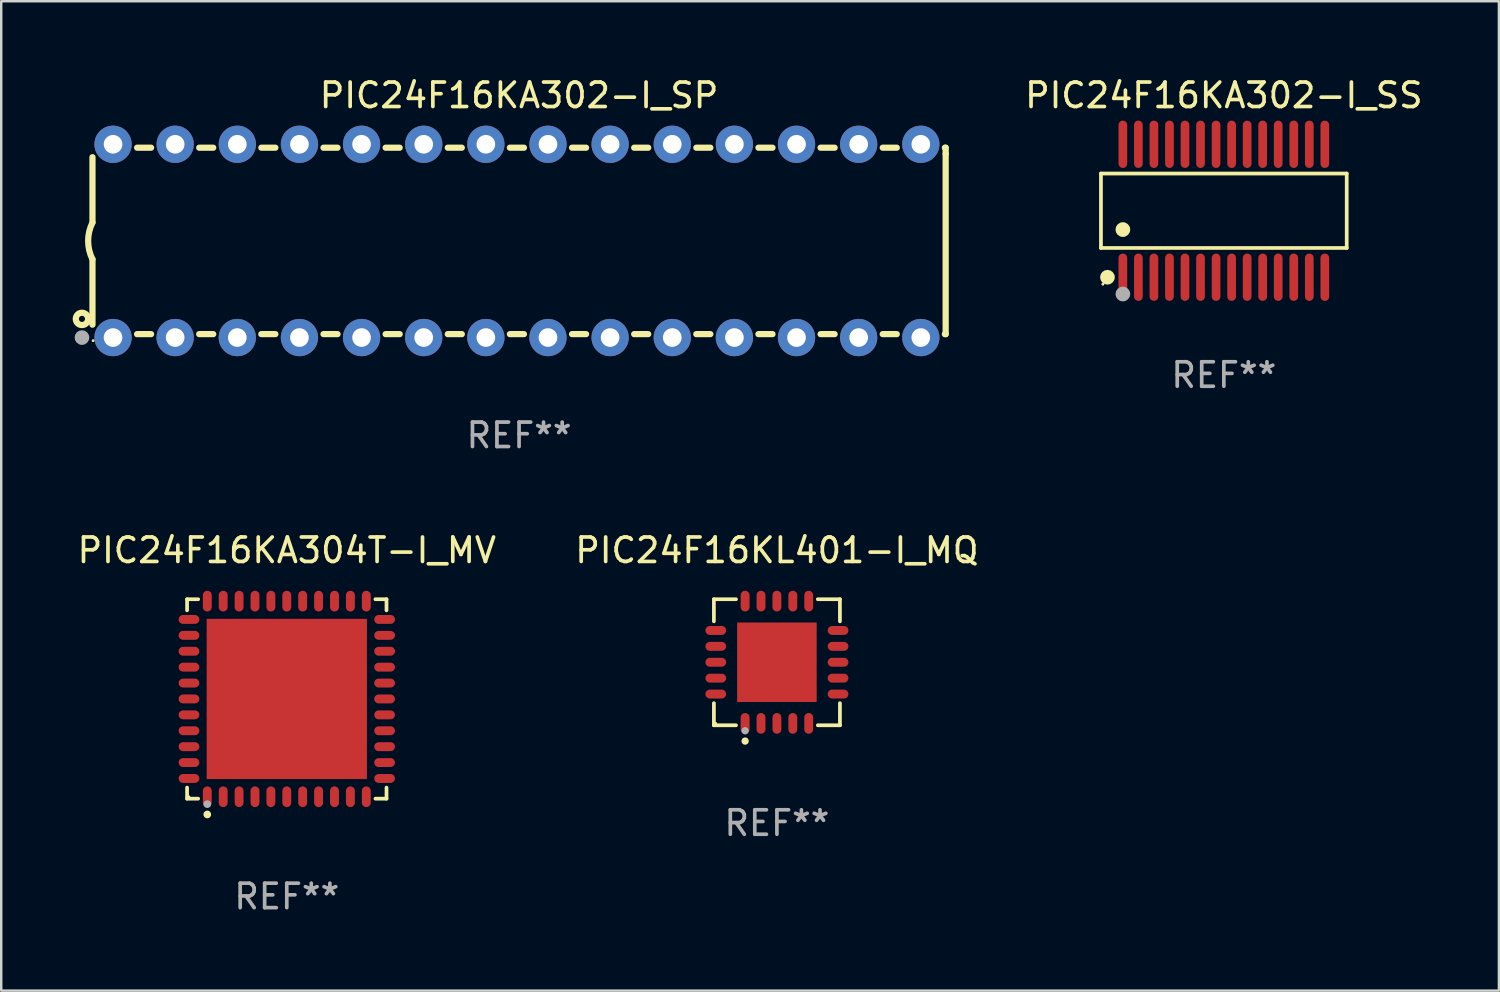
<source format=kicad_pcb>
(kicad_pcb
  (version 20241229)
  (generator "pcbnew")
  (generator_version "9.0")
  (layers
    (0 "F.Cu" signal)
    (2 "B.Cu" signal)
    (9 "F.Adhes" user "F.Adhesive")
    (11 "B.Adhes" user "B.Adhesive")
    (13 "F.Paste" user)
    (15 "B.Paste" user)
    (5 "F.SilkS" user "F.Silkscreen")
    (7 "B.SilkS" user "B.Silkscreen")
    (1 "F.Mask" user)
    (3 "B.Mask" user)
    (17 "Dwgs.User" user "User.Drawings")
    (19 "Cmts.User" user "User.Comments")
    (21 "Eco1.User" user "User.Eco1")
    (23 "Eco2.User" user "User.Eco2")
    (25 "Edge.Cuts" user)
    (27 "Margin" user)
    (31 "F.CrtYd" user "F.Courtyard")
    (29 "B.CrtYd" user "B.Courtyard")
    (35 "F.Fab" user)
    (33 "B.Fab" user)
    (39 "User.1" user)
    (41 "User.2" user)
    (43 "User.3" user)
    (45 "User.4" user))
  (footprint "PIC24F16KA302-I_SP"
    (layer "F.Cu")
    (at 18.168 6.798)
    (property "Reference" "PIC24F16KA302-I_SP" (at 0 -5.95 0) (layer "F.SilkS") (effects (font (size 1 1) (thickness 0.15))))
    (attr through_hole)
    (fp_line (start -17.438 0.75) (end -17.438 3.423) (stroke (width 0.254) (type solid)) (layer "F.SilkS"))
    (fp_line (start -17.438 -3.423) (end -17.438 -0.75) (stroke (width 0.254) (type solid)) (layer "F.SilkS"))
    (fp_line (start -15.615 3.81) (end -15.041 3.81) (stroke (width 0.254) (type solid)) (layer "F.SilkS"))
    (fp_line (start -15.041 -3.81) (end -15.614 -3.81) (stroke (width 0.254) (type solid)) (layer "F.SilkS"))
    (fp_line (start -13.075 3.81) (end -12.501 3.81) (stroke (width 0.254) (type solid)) (layer "F.SilkS"))
    (fp_line (start -12.501 -3.81) (end -13.074 -3.81) (stroke (width 0.254) (type solid)) (layer "F.SilkS"))
    (fp_line (start -10.535 3.81) (end -9.961 3.81) (stroke (width 0.254) (type solid)) (layer "F.SilkS"))
    (fp_line (start -9.961 -3.81) (end -10.534 -3.81) (stroke (width 0.254) (type solid)) (layer "F.SilkS"))
    (fp_line (start -7.995 3.81) (end -7.421 3.81) (stroke (width 0.254) (type solid)) (layer "F.SilkS"))
    (fp_line (start -7.421 -3.81) (end -7.995 -3.81) (stroke (width 0.254) (type solid)) (layer "F.SilkS"))
    (fp_line (start -5.455 3.81) (end -4.881 3.81) (stroke (width 0.254) (type solid)) (layer "F.SilkS"))
    (fp_line (start -4.881 -3.81) (end -5.455 -3.81) (stroke (width 0.254) (type solid)) (layer "F.SilkS"))
    (fp_line (start -2.915 3.81) (end -2.341 3.81) (stroke (width 0.254) (type solid)) (layer "F.SilkS"))
    (fp_line (start -2.341 -3.81) (end -2.915 -3.81) (stroke (width 0.254) (type solid)) (layer "F.SilkS"))
    (fp_line (start -0.375 3.81) (end 0.199 3.81) (stroke (width 0.254) (type solid)) (layer "F.SilkS"))
    (fp_line (start 0.199 -3.81) (end -0.375 -3.81) (stroke (width 0.254) (type solid)) (layer "F.SilkS"))
    (fp_line (start 2.165 3.81) (end 2.739 3.81) (stroke (width 0.254) (type solid)) (layer "F.SilkS"))
    (fp_line (start 2.739 -3.81) (end 2.165 -3.81) (stroke (width 0.254) (type solid)) (layer "F.SilkS"))
    (fp_line (start 4.705 3.81) (end 5.279 3.81) (stroke (width 0.254) (type solid)) (layer "F.SilkS"))
    (fp_line (start 5.279 -3.81) (end 4.705 -3.81) (stroke (width 0.254) (type solid)) (layer "F.SilkS"))
    (fp_line (start 7.245 3.81) (end 7.819 3.81) (stroke (width 0.254) (type solid)) (layer "F.SilkS"))
    (fp_line (start 7.819 -3.81) (end 7.245 -3.81) (stroke (width 0.254) (type solid)) (layer "F.SilkS"))
    (fp_line (start 9.785 3.81) (end 10.359 3.81) (stroke (width 0.254) (type solid)) (layer "F.SilkS"))
    (fp_line (start 10.359 -3.81) (end 9.785 -3.81) (stroke (width 0.254) (type solid)) (layer "F.SilkS"))
    (fp_line (start 12.325 3.81) (end 12.899 3.81) (stroke (width 0.254) (type solid)) (layer "F.SilkS"))
    (fp_line (start 12.899 -3.81) (end 12.325 -3.81) (stroke (width 0.254) (type solid)) (layer "F.SilkS"))
    (fp_line (start 14.865 3.81) (end 15.439 3.81) (stroke (width 0.254) (type solid)) (layer "F.SilkS"))
    (fp_line (start 15.439 -3.81) (end 14.865 -3.81) (stroke (width 0.254) (type solid)) (layer "F.SilkS"))
    (fp_line (start 17.405 3.81) (end 17.438 3.81) (stroke (width 0.254) (type solid)) (layer "F.SilkS"))
    (fp_line (start 17.438 -3.81) (end 17.405 -3.81) (stroke (width 0.254) (type solid)) (layer "F.SilkS"))
    (fp_line (start 17.438 -3.556) (end 17.438 -3.81) (stroke (width 0.254) (type solid)) (layer "F.SilkS"))
    (fp_line (start 17.438 3.81) (end 17.438 -3.556) (stroke (width 0.254) (type solid)) (layer "F.SilkS"))
    (fp_arc (start -17.437986 0.749657) (mid -17.614887 -0.000024) (end -17.437783 -0.749657) (stroke (width 0.254001) (type solid)) (layer "F.SilkS"))
    (fp_circle (center -17.868 3.188) (end -17.743 3.188) (stroke (width 0.254) (type solid)) (fill no) (layer "F.SilkS"))
    (fp_circle (center -17.411 4.077) (end -17.381 4.077) (stroke (width 0.06) (type solid)) (fill no) (layer "F.SilkS"))
    (fp_circle (center -17.868 3.95) (end -17.718 3.95) (stroke (width 0.3) (type solid)) (fill no) (layer "F.Fab"))
    (fp_text user "REF**" (at 0 7.95 0) (layer "F.Fab") (effects (font (size 1 1) (thickness 0.15))))
    (pad "1" thru_hole circle (at -16.598 3.95) (size 1.524 1.524) (drill 0.762) (layers "*.Cu" "*.Mask"))
    (pad "2" thru_hole circle (at -14.058 3.95) (size 1.524 1.524) (drill 0.762) (layers "*.Cu" "*.Mask"))
    (pad "3" thru_hole circle (at -11.518 3.95) (size 1.524 1.524) (drill 0.762) (layers "*.Cu" "*.Mask"))
    (pad "4" thru_hole circle (at -8.978 3.95) (size 1.524 1.524) (drill 0.762) (layers "*.Cu" "*.Mask"))
    (pad "5" thru_hole circle (at -6.438 3.95) (size 1.524 1.524) (drill 0.762) (layers "*.Cu" "*.Mask"))
    (pad "6" thru_hole circle (at -3.898 3.95) (size 1.524 1.524) (drill 0.762) (layers "*.Cu" "*.Mask"))
    (pad "7" thru_hole circle (at -1.358 3.95) (size 1.524 1.524) (drill 0.762) (layers "*.Cu" "*.Mask"))
    (pad "8" thru_hole circle (at 1.182 3.95) (size 1.524 1.524) (drill 0.762) (layers "*.Cu" "*.Mask"))
    (pad "9" thru_hole circle (at 3.722 3.95) (size 1.524 1.524) (drill 0.762) (layers "*.Cu" "*.Mask"))
    (pad "10" thru_hole circle (at 6.262 3.95) (size 1.524 1.524) (drill 0.762) (layers "*.Cu" "*.Mask"))
    (pad "11" thru_hole circle (at 8.802 3.95) (size 1.524 1.524) (drill 0.762) (layers "*.Cu" "*.Mask"))
    (pad "12" thru_hole circle (at 11.342 3.95) (size 1.524 1.524) (drill 0.762) (layers "*.Cu" "*.Mask"))
    (pad "13" thru_hole circle (at 13.882 3.95) (size 1.524 1.524) (drill 0.762) (layers "*.Cu" "*.Mask"))
    (pad "14" thru_hole circle (at 16.422 3.95) (size 1.524 1.524) (drill 0.762) (layers "*.Cu" "*.Mask"))
    (pad "15" thru_hole circle (at 16.422 -3.95) (size 1.524 1.524) (drill 0.762) (layers "*.Cu" "*.Mask"))
    (pad "16" thru_hole circle (at 13.882 -3.95) (size 1.524 1.524) (drill 0.762) (layers "*.Cu" "*.Mask"))
    (pad "17" thru_hole circle (at 11.342 -3.95) (size 1.524 1.524) (drill 0.762) (layers "*.Cu" "*.Mask"))
    (pad "18" thru_hole circle (at 8.802 -3.95) (size 1.524 1.524) (drill 0.762) (layers "*.Cu" "*.Mask"))
    (pad "19" thru_hole circle (at 6.262 -3.95) (size 1.524 1.524) (drill 0.762) (layers "*.Cu" "*.Mask"))
    (pad "20" thru_hole circle (at 3.722 -3.95) (size 1.524 1.524) (drill 0.762) (layers "*.Cu" "*.Mask"))
    (pad "21" thru_hole circle (at 1.182 -3.95) (size 1.524 1.524) (drill 0.762) (layers "*.Cu" "*.Mask"))
    (pad "22" thru_hole circle (at -1.358 -3.95) (size 1.524 1.524) (drill 0.762) (layers "*.Cu" "*.Mask"))
    (pad "23" thru_hole circle (at -3.898 -3.95) (size 1.524 1.524) (drill 0.762) (layers "*.Cu" "*.Mask"))
    (pad "24" thru_hole circle (at -6.438 -3.95) (size 1.524 1.524) (drill 0.762) (layers "*.Cu" "*.Mask"))
    (pad "25" thru_hole circle (at -8.978 -3.95) (size 1.524 1.524) (drill 0.762) (layers "*.Cu" "*.Mask"))
    (pad "26" thru_hole circle (at -11.517 -3.95) (size 1.524 1.524) (drill 0.762) (layers "*.Cu" "*.Mask"))
    (pad "27" thru_hole circle (at -14.057 -3.95) (size 1.524 1.524) (drill 0.762) (layers "*.Cu" "*.Mask"))
    (pad "28" thru_hole circle (at -16.597 -3.95) (size 1.524 1.524) (drill 0.762) (layers "*.Cu" "*.Mask")))
  (footprint "PIC24F16KA304T-I_MV"
    (layer "F.Cu")
    (at 8.673 25.521)
    (property "Reference" "PIC24F16KA304T-I_MV" (at 0 -6.076 0) (layer "F.SilkS") (effects (font (size 1 1) (thickness 0.15))))
    (attr through_hole)
    (fp_line (start -4.076 -4.076) (end -3.623 -4.076) (stroke (width 0.152) (type solid)) (layer "F.SilkS"))
    (fp_line (start -4.076 -3.623) (end -4.076 -4.076) (stroke (width 0.152) (type solid)) (layer "F.SilkS"))
    (fp_line (start -4.076 3.623) (end -4.076 4.076) (stroke (width 0.152) (type solid)) (layer "F.SilkS"))
    (fp_line (start -4.076 4.076) (end -3.623 4.076) (stroke (width 0.152) (type solid)) (layer "F.SilkS"))
    (fp_line (start 4.076 -4.076) (end 3.623 -4.076) (stroke (width 0.152) (type solid)) (layer "F.SilkS"))
    (fp_line (start 4.076 -3.623) (end 4.076 -4.076) (stroke (width 0.152) (type solid)) (layer "F.SilkS"))
    (fp_line (start 4.076 3.623) (end 4.076 4.076) (stroke (width 0.152) (type solid)) (layer "F.SilkS"))
    (fp_line (start 4.076 4.076) (end 3.623 4.076) (stroke (width 0.152) (type solid)) (layer "F.SilkS"))
    (fp_circle (center -4 4) (end -3.97 4) (stroke (width 0.06) (type solid)) (fill no) (layer "F.SilkS"))
    (fp_circle (center -3.25 4.722) (end -3.171 4.722) (stroke (width 0.158) (type solid)) (fill no) (layer "F.SilkS"))
    (fp_circle (center -3.25 4.3) (end -3.171 4.3) (stroke (width 0.158) (type solid)) (fill no) (layer "F.Fab"))
    (fp_text user "REF**" (at 0 8.076 0) (layer "F.Fab") (effects (font (size 1 1) (thickness 0.15))))
    (pad "1" smd oval (at -3.25 3.998) (size 0.364 0.847) (layers "F.Cu" "F.Mask" "F.Paste"))
    (pad "2" smd oval (at -2.6 3.998) (size 0.364 0.847) (layers "F.Cu" "F.Mask" "F.Paste"))
    (pad "3" smd oval (at -1.95 3.998) (size 0.364 0.847) (layers "F.Cu" "F.Mask" "F.Paste"))
    (pad "4" smd oval (at -1.3 3.998) (size 0.364 0.847) (layers "F.Cu" "F.Mask" "F.Paste"))
    (pad "5" smd oval (at -0.65 3.998) (size 0.364 0.847) (layers "F.Cu" "F.Mask" "F.Paste"))
    (pad "6" smd oval (at 0 3.998) (size 0.364 0.847) (layers "F.Cu" "F.Mask" "F.Paste"))
    (pad "7" smd oval (at 0.65 3.998) (size 0.364 0.847) (layers "F.Cu" "F.Mask" "F.Paste"))
    (pad "8" smd oval (at 1.3 3.998) (size 0.364 0.847) (layers "F.Cu" "F.Mask" "F.Paste"))
    (pad "9" smd oval (at 1.95 3.998) (size 0.364 0.847) (layers "F.Cu" "F.Mask" "F.Paste"))
    (pad "10" smd oval (at 2.6 3.998) (size 0.364 0.847) (layers "F.Cu" "F.Mask" "F.Paste"))
    (pad "11" smd oval (at 3.25 3.998) (size 0.364 0.847) (layers "F.Cu" "F.Mask" "F.Paste"))
    (pad "12" smd oval (at 3.998 3.25) (size 0.847 0.364) (layers "F.Cu" "F.Mask" "F.Paste"))
    (pad "13" smd oval (at 3.998 2.6) (size 0.847 0.364) (layers "F.Cu" "F.Mask" "F.Paste"))
    (pad "14" smd oval (at 3.998 1.95) (size 0.847 0.364) (layers "F.Cu" "F.Mask" "F.Paste"))
    (pad "15" smd oval (at 3.998 1.3) (size 0.847 0.364) (layers "F.Cu" "F.Mask" "F.Paste"))
    (pad "16" smd oval (at 3.998 0.65) (size 0.847 0.364) (layers "F.Cu" "F.Mask" "F.Paste"))
    (pad "17" smd oval (at 3.998 0) (size 0.847 0.364) (layers "F.Cu" "F.Mask" "F.Paste"))
    (pad "18" smd oval (at 3.998 -0.65) (size 0.847 0.364) (layers "F.Cu" "F.Mask" "F.Paste"))
    (pad "19" smd oval (at 3.998 -1.3) (size 0.847 0.364) (layers "F.Cu" "F.Mask" "F.Paste"))
    (pad "20" smd oval (at 3.998 -1.95) (size 0.847 0.364) (layers "F.Cu" "F.Mask" "F.Paste"))
    (pad "21" smd oval (at 3.998 -2.6) (size 0.847 0.364) (layers "F.Cu" "F.Mask" "F.Paste"))
    (pad "22" smd oval (at 3.998 -3.25) (size 0.847 0.364) (layers "F.Cu" "F.Mask" "F.Paste"))
    (pad "23" smd oval (at 3.25 -3.998) (size 0.364 0.847) (layers "F.Cu" "F.Mask" "F.Paste"))
    (pad "24" smd oval (at 2.6 -3.998) (size 0.364 0.847) (layers "F.Cu" "F.Mask" "F.Paste"))
    (pad "25" smd oval (at 1.95 -3.998) (size 0.364 0.847) (layers "F.Cu" "F.Mask" "F.Paste"))
    (pad "26" smd oval (at 1.3 -3.998) (size 0.364 0.847) (layers "F.Cu" "F.Mask" "F.Paste"))
    (pad "27" smd oval (at 0.65 -3.998) (size 0.364 0.847) (layers "F.Cu" "F.Mask" "F.Paste"))
    (pad "28" smd oval (at 0 -3.998) (size 0.364 0.847) (layers "F.Cu" "F.Mask" "F.Paste"))
    (pad "29" smd oval (at -0.65 -3.998) (size 0.364 0.847) (layers "F.Cu" "F.Mask" "F.Paste"))
    (pad "30" smd oval (at -1.3 -3.998) (size 0.364 0.847) (layers "F.Cu" "F.Mask" "F.Paste"))
    (pad "31" smd oval (at -1.95 -3.998) (size 0.364 0.847) (layers "F.Cu" "F.Mask" "F.Paste"))
    (pad "32" smd oval (at -2.6 -3.998) (size 0.364 0.847) (layers "F.Cu" "F.Mask" "F.Paste"))
    (pad "33" smd oval (at -3.25 -3.998) (size 0.364 0.847) (layers "F.Cu" "F.Mask" "F.Paste"))
    (pad "34" smd oval (at -3.998 -3.25) (size 0.847 0.364) (layers "F.Cu" "F.Mask" "F.Paste"))
    (pad "35" smd oval (at -3.998 -2.6) (size 0.847 0.364) (layers "F.Cu" "F.Mask" "F.Paste"))
    (pad "36" smd oval (at -3.998 -1.95) (size 0.847 0.364) (layers "F.Cu" "F.Mask" "F.Paste"))
    (pad "37" smd oval (at -3.998 -1.3) (size 0.847 0.364) (layers "F.Cu" "F.Mask" "F.Paste"))
    (pad "38" smd oval (at -3.998 -0.65) (size 0.847 0.364) (layers "F.Cu" "F.Mask" "F.Paste"))
    (pad "39" smd oval (at -3.998 0) (size 0.847 0.364) (layers "F.Cu" "F.Mask" "F.Paste"))
    (pad "40" smd oval (at -3.998 0.65) (size 0.847 0.364) (layers "F.Cu" "F.Mask" "F.Paste"))
    (pad "41" smd oval (at -3.998 1.3) (size 0.847 0.364) (layers "F.Cu" "F.Mask" "F.Paste"))
    (pad "42" smd oval (at -3.998 1.95) (size 0.847 0.364) (layers "F.Cu" "F.Mask" "F.Paste"))
    (pad "43" smd oval (at -3.998 2.6) (size 0.847 0.364) (layers "F.Cu" "F.Mask" "F.Paste"))
    (pad "44" smd oval (at -3.998 3.25) (size 0.847 0.364) (layers "F.Cu" "F.Mask" "F.Paste"))
    (pad "45" smd rect (at 0 0) (size 6.55 6.55) (layers "F.Cu" "F.Mask" "F.Paste")))
  (footprint "PIC24F16KA302-I_SS"
    (layer "F.Cu")
    (at 46.977 5.565)
    (property "Reference" "PIC24F16KA302-I_SS" (at 0 -4.717 0) (layer "F.SilkS") (effects (font (size 1 1) (thickness 0.15))))
    (attr through_hole)
    (fp_line (start -5.023 -1.521) (end 5.023 -1.521) (stroke (width 0.152) (type solid)) (layer "F.SilkS"))
    (fp_line (start -5.023 1.521) (end -5.023 -1.521) (stroke (width 0.152) (type solid)) (layer "F.SilkS"))
    (fp_line (start 5.023 -1.521) (end 5.023 1.521) (stroke (width 0.152) (type solid)) (layer "F.SilkS"))
    (fp_line (start 5.023 1.521) (end -5.023 1.521) (stroke (width 0.152) (type solid)) (layer "F.SilkS"))
    (fp_circle (center -4.946 3.004) (end -4.916 3.004) (stroke (width 0.06) (type solid)) (fill no) (layer "F.SilkS"))
    (fp_circle (center -4.758 2.717) (end -4.608 2.717) (stroke (width 0.3) (type solid)) (fill no) (layer "F.SilkS"))
    (fp_circle (center -4.128 0.769) (end -3.977 0.769) (stroke (width 0.3) (type solid)) (fill no) (layer "F.SilkS"))
    (fp_circle (center -4.128 3.404) (end -3.977 3.404) (stroke (width 0.3) (type solid)) (fill no) (layer "F.Fab"))
    (fp_text user "REF**" (at 0 6.717 0) (layer "F.Fab") (effects (font (size 1 1) (thickness 0.15))))
    (pad "1" smd oval (at -4.128 2.717) (size 0.356 1.935) (layers "F.Cu" "F.Mask" "F.Paste"))
    (pad "2" smd oval (at -3.493 2.717) (size 0.356 1.935) (layers "F.Cu" "F.Mask" "F.Paste"))
    (pad "3" smd oval (at -2.858 2.717) (size 0.356 1.935) (layers "F.Cu" "F.Mask" "F.Paste"))
    (pad "4" smd oval (at -2.223 2.717) (size 0.356 1.935) (layers "F.Cu" "F.Mask" "F.Paste"))
    (pad "5" smd oval (at -1.588 2.717) (size 0.356 1.935) (layers "F.Cu" "F.Mask" "F.Paste"))
    (pad "6" smd oval (at -0.953 2.717) (size 0.356 1.935) (layers "F.Cu" "F.Mask" "F.Paste"))
    (pad "7" smd oval (at -0.318 2.717) (size 0.356 1.935) (layers "F.Cu" "F.Mask" "F.Paste"))
    (pad "8" smd oval (at 0.318 2.717) (size 0.356 1.935) (layers "F.Cu" "F.Mask" "F.Paste"))
    (pad "9" smd oval (at 0.953 2.717) (size 0.356 1.935) (layers "F.Cu" "F.Mask" "F.Paste"))
    (pad "10" smd oval (at 1.588 2.717) (size 0.356 1.935) (layers "F.Cu" "F.Mask" "F.Paste"))
    (pad "11" smd oval (at 2.223 2.717) (size 0.356 1.935) (layers "F.Cu" "F.Mask" "F.Paste"))
    (pad "12" smd oval (at 2.858 2.717) (size 0.356 1.935) (layers "F.Cu" "F.Mask" "F.Paste"))
    (pad "13" smd oval (at 3.493 2.717) (size 0.356 1.935) (layers "F.Cu" "F.Mask" "F.Paste"))
    (pad "14" smd oval (at 4.128 2.717) (size 0.356 1.935) (layers "F.Cu" "F.Mask" "F.Paste"))
    (pad "15" smd oval (at 4.128 -2.717) (size 0.356 1.935) (layers "F.Cu" "F.Mask" "F.Paste"))
    (pad "16" smd oval (at 3.493 -2.717) (size 0.356 1.935) (layers "F.Cu" "F.Mask" "F.Paste"))
    (pad "17" smd oval (at 2.858 -2.717) (size 0.356 1.935) (layers "F.Cu" "F.Mask" "F.Paste"))
    (pad "18" smd oval (at 2.223 -2.717) (size 0.356 1.935) (layers "F.Cu" "F.Mask" "F.Paste"))
    (pad "19" smd oval (at 1.588 -2.717) (size 0.356 1.935) (layers "F.Cu" "F.Mask" "F.Paste"))
    (pad "20" smd oval (at 0.953 -2.717) (size 0.356 1.935) (layers "F.Cu" "F.Mask" "F.Paste"))
    (pad "21" smd oval (at 0.318 -2.717) (size 0.356 1.935) (layers "F.Cu" "F.Mask" "F.Paste"))
    (pad "22" smd oval (at -0.318 -2.717) (size 0.356 1.935) (layers "F.Cu" "F.Mask" "F.Paste"))
    (pad "23" smd oval (at -0.953 -2.717) (size 0.356 1.935) (layers "F.Cu" "F.Mask" "F.Paste"))
    (pad "24" smd oval (at -1.588 -2.717) (size 0.356 1.935) (layers "F.Cu" "F.Mask" "F.Paste"))
    (pad "25" smd oval (at -2.223 -2.717) (size 0.356 1.935) (layers "F.Cu" "F.Mask" "F.Paste"))
    (pad "26" smd oval (at -2.858 -2.717) (size 0.356 1.935) (layers "F.Cu" "F.Mask" "F.Paste"))
    (pad "27" smd oval (at -3.493 -2.717) (size 0.356 1.935) (layers "F.Cu" "F.Mask" "F.Paste"))
    (pad "28" smd oval (at -4.128 -2.717) (size 0.356 1.935) (layers "F.Cu" "F.Mask" "F.Paste")))
  (footprint "PIC24F16KL401-I_MQ"
    (layer "F.Cu")
    (at 28.708 24.021)
    (property "Reference" "PIC24F16KL401-I_MQ" (at 0 -4.576 0) (layer "F.SilkS") (effects (font (size 1 1) (thickness 0.15))))
    (attr through_hole)
    (fp_line (start -2.576 -2.576) (end -1.672 -2.576) (stroke (width 0.152) (type solid)) (layer "F.SilkS"))
    (fp_line (start -2.576 -1.672) (end -2.576 -2.576) (stroke (width 0.152) (type solid)) (layer "F.SilkS"))
    (fp_line (start -2.576 1.672) (end -2.576 2.576) (stroke (width 0.152) (type solid)) (layer "F.SilkS"))
    (fp_line (start -2.576 2.576) (end -1.672 2.576) (stroke (width 0.152) (type solid)) (layer "F.SilkS"))
    (fp_line (start 2.576 -2.576) (end 1.672 -2.576) (stroke (width 0.152) (type solid)) (layer "F.SilkS"))
    (fp_line (start 2.576 -1.672) (end 2.576 -2.576) (stroke (width 0.152) (type solid)) (layer "F.SilkS"))
    (fp_line (start 2.576 1.672) (end 2.576 2.576) (stroke (width 0.152) (type solid)) (layer "F.SilkS"))
    (fp_line (start 2.576 2.576) (end 1.672 2.576) (stroke (width 0.152) (type solid)) (layer "F.SilkS"))
    (fp_circle (center -2.5 2.5) (end -2.47 2.5) (stroke (width 0.06) (type solid)) (fill no) (layer "F.SilkS"))
    (fp_circle (center -1.3 3.222) (end -1.225 3.222) (stroke (width 0.15) (type solid)) (fill no) (layer "F.SilkS"))
    (fp_circle (center -1.3 2.8) (end -1.225 2.8) (stroke (width 0.15) (type solid)) (fill no) (layer "F.Fab"))
    (fp_text user "REF**" (at 0 6.576 0) (layer "F.Fab") (effects (font (size 1 1) (thickness 0.15))))
    (pad "1" smd oval (at -1.3 2.499) (size 0.364 0.847) (layers "F.Cu" "F.Mask" "F.Paste"))
    (pad "2" smd oval (at -0.65 2.499) (size 0.364 0.847) (layers "F.Cu" "F.Mask" "F.Paste"))
    (pad "3" smd oval (at 0 2.499) (size 0.364 0.847) (layers "F.Cu" "F.Mask" "F.Paste"))
    (pad "4" smd oval (at 0.65 2.499) (size 0.364 0.847) (layers "F.Cu" "F.Mask" "F.Paste"))
    (pad "5" smd oval (at 1.3 2.499) (size 0.364 0.847) (layers "F.Cu" "F.Mask" "F.Paste"))
    (pad "6" smd oval (at 2.499 1.3) (size 0.847 0.364) (layers "F.Cu" "F.Mask" "F.Paste"))
    (pad "7" smd oval (at 2.499 0.65) (size 0.847 0.364) (layers "F.Cu" "F.Mask" "F.Paste"))
    (pad "8" smd oval (at 2.499 0) (size 0.847 0.364) (layers "F.Cu" "F.Mask" "F.Paste"))
    (pad "9" smd oval (at 2.499 -0.65) (size 0.847 0.364) (layers "F.Cu" "F.Mask" "F.Paste"))
    (pad "10" smd oval (at 2.499 -1.3) (size 0.847 0.364) (layers "F.Cu" "F.Mask" "F.Paste"))
    (pad "11" smd oval (at 1.3 -2.499) (size 0.364 0.847) (layers "F.Cu" "F.Mask" "F.Paste"))
    (pad "12" smd oval (at 0.65 -2.499) (size 0.364 0.847) (layers "F.Cu" "F.Mask" "F.Paste"))
    (pad "13" smd oval (at 0 -2.499) (size 0.364 0.847) (layers "F.Cu" "F.Mask" "F.Paste"))
    (pad "14" smd oval (at -0.65 -2.499) (size 0.364 0.847) (layers "F.Cu" "F.Mask" "F.Paste"))
    (pad "15" smd oval (at -1.3 -2.499) (size 0.364 0.847) (layers "F.Cu" "F.Mask" "F.Paste"))
    (pad "16" smd oval (at -2.499 -1.3) (size 0.847 0.364) (layers "F.Cu" "F.Mask" "F.Paste"))
    (pad "17" smd oval (at -2.499 -0.65) (size 0.847 0.364) (layers "F.Cu" "F.Mask" "F.Paste"))
    (pad "18" smd oval (at -2.499 0) (size 0.847 0.364) (layers "F.Cu" "F.Mask" "F.Paste"))
    (pad "19" smd oval (at -2.499 0.65) (size 0.847 0.364) (layers "F.Cu" "F.Mask" "F.Paste"))
    (pad "20" smd oval (at -2.499 1.3) (size 0.847 0.364) (layers "F.Cu" "F.Mask" "F.Paste"))
    (pad "21" smd rect (at 0 0) (size 3.25 3.25) (layers "F.Cu" "F.Mask" "F.Paste")))
  (gr_rect
    (start -3 -3)
    (end 58.221 37.445)
    (stroke (width 0.1) (type default))
    (fill no)
    (layer "Edge.Cuts")))
</source>
